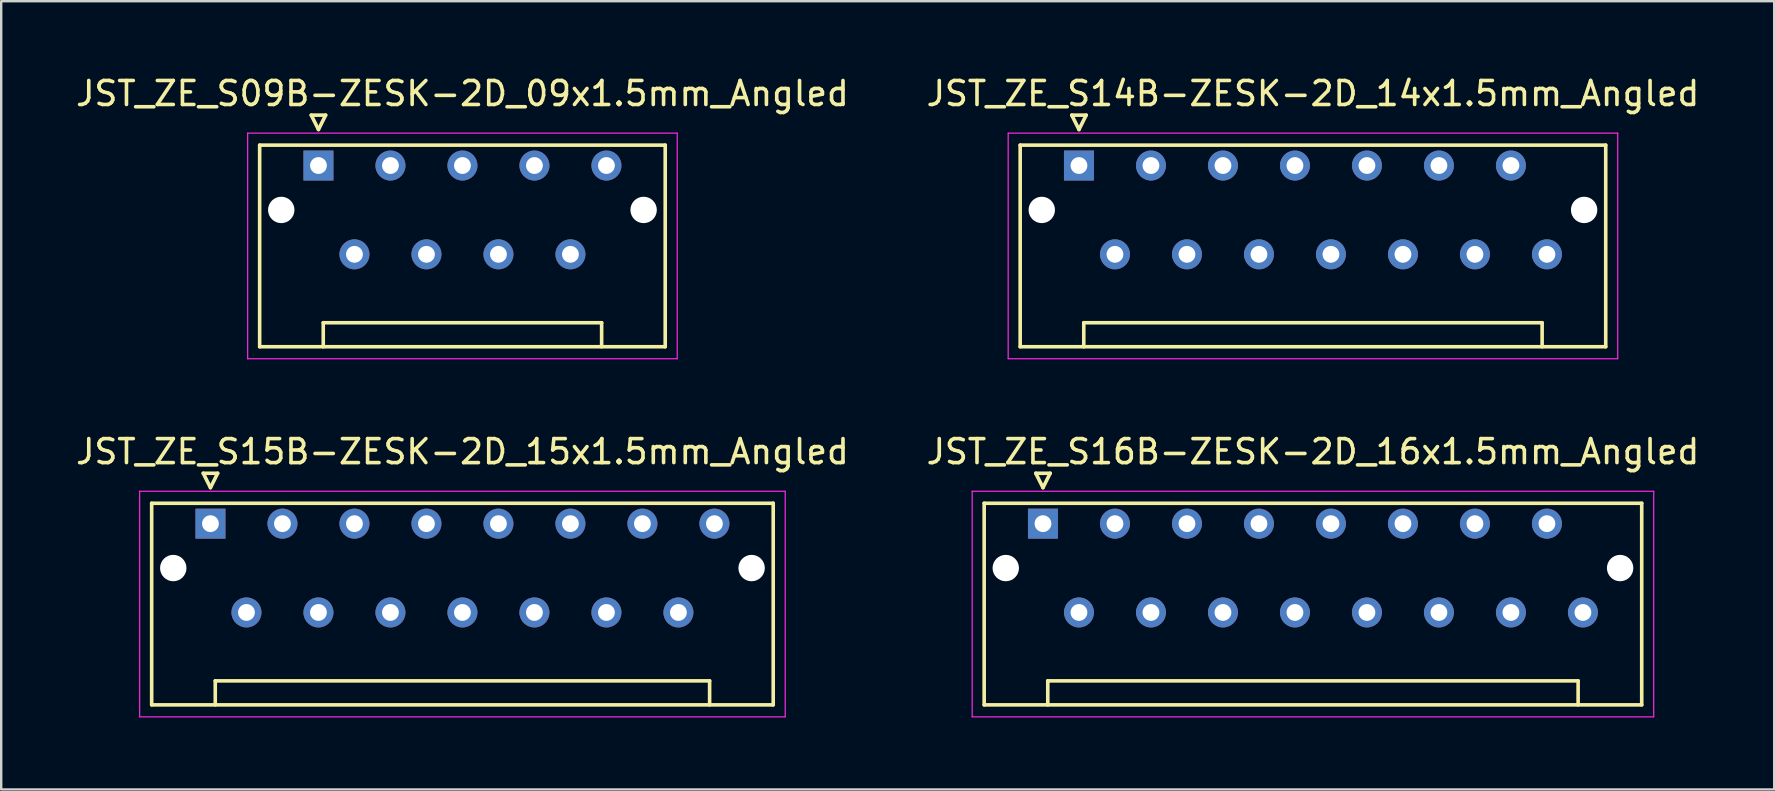
<source format=kicad_pcb>
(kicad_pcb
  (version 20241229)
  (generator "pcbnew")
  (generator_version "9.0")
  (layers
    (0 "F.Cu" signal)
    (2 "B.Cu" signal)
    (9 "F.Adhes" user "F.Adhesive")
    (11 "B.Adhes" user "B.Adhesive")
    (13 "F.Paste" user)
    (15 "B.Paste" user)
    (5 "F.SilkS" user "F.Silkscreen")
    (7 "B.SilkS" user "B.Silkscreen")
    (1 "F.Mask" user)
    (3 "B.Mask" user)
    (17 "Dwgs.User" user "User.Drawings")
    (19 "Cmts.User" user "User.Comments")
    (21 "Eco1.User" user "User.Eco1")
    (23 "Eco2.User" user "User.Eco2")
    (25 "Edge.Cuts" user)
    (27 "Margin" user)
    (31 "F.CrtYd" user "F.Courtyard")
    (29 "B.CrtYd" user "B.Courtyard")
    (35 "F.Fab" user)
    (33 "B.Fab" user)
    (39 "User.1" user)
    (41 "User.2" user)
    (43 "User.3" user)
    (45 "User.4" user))
  (footprint "JST_ZE_S09B-ZESK-2D_09x1.5mm_Angled"
    (layer "F.Cu")
    (at 10.22 3.848)
    (property "Reference" "JST_ZE_S09B-ZESK-2D_09x1.5mm_Angled" (at 6 -3 0) (layer "F.SilkS") (effects (font (size 1 1) (thickness 0.15))))
    (attr through_hole)
    (fp_line (start -2.45 -0.85) (end -2.45 7.55) (stroke (width 0.15) (type solid)) (layer "F.SilkS"))
    (fp_line (start -2.45 7.55) (end 14.45 7.55) (stroke (width 0.15) (type solid)) (layer "F.SilkS"))
    (fp_line (start -0.3 -2.1) (end 0.3 -2.1) (stroke (width 0.15) (type solid)) (layer "F.SilkS"))
    (fp_line (start 0 -1.5) (end -0.3 -2.1) (stroke (width 0.15) (type solid)) (layer "F.SilkS"))
    (fp_line (start 0.2 6.55) (end 11.8 6.55) (stroke (width 0.15) (type solid)) (layer "F.SilkS"))
    (fp_line (start 0.2 7.55) (end 0.2 6.55) (stroke (width 0.15) (type solid)) (layer "F.SilkS"))
    (fp_line (start 0.3 -2.1) (end 0 -1.5) (stroke (width 0.15) (type solid)) (layer "F.SilkS"))
    (fp_line (start 11.8 6.55) (end 11.8 7.55) (stroke (width 0.15) (type solid)) (layer "F.SilkS"))
    (fp_line (start 14.45 -0.85) (end -2.45 -0.85) (stroke (width 0.15) (type solid)) (layer "F.SilkS"))
    (fp_line (start 14.45 7.55) (end 14.45 -0.85) (stroke (width 0.15) (type solid)) (layer "F.SilkS"))
    (fp_line (start -2.95 -1.35) (end -2.95 8.05) (stroke (width 0.05) (type solid)) (layer "F.CrtYd"))
    (fp_line (start -2.95 8.05) (end 14.95 8.05) (stroke (width 0.05) (type solid)) (layer "F.CrtYd"))
    (fp_line (start 14.95 -1.35) (end -2.95 -1.35) (stroke (width 0.05) (type solid)) (layer "F.CrtYd"))
    (fp_line (start 14.95 8.05) (end 14.95 -1.35) (stroke (width 0.05) (type solid)) (layer "F.CrtYd"))
    (pad "" np_thru_hole circle (at -1.55 1.85) (size 1.1 1.1) (drill 1.1) (layers "*.Cu"))
    (pad "" np_thru_hole circle (at 13.55 1.85) (size 1.1 1.1) (drill 1.1) (layers "*.Cu"))
    (pad "1" thru_hole rect (at 0 0) (size 1.25 1.25) (drill 0.7) (layers "*.Cu" "*.Mask"))
    (pad "2" thru_hole circle (at 1.5 3.7) (size 1.25 1.25) (drill 0.7) (layers "*.Cu" "*.Mask"))
    (pad "3" thru_hole circle (at 3 0) (size 1.25 1.25) (drill 0.7) (layers "*.Cu" "*.Mask"))
    (pad "4" thru_hole circle (at 4.5 3.7) (size 1.25 1.25) (drill 0.7) (layers "*.Cu" "*.Mask"))
    (pad "5" thru_hole circle (at 6 0) (size 1.25 1.25) (drill 0.7) (layers "*.Cu" "*.Mask"))
    (pad "6" thru_hole circle (at 7.5 3.7) (size 1.25 1.25) (drill 0.7) (layers "*.Cu" "*.Mask"))
    (pad "7" thru_hole circle (at 9 0) (size 1.25 1.25) (drill 0.7) (layers "*.Cu" "*.Mask"))
    (pad "8" thru_hole circle (at 10.5 3.7) (size 1.25 1.25) (drill 0.7) (layers "*.Cu" "*.Mask"))
    (pad "9" thru_hole circle (at 12 0) (size 1.25 1.25) (drill 0.7) (layers "*.Cu" "*.Mask")))
  (footprint "JST_ZE_S14B-ZESK-2D_14x1.5mm_Angled"
    (layer "F.Cu")
    (at 41.911 3.848)
    (property "Reference" "JST_ZE_S14B-ZESK-2D_14x1.5mm_Angled" (at 9.75 -3 0) (layer "F.SilkS") (effects (font (size 1 1) (thickness 0.15))))
    (attr through_hole)
    (fp_line (start -2.45 -0.85) (end -2.45 7.55) (stroke (width 0.15) (type solid)) (layer "F.SilkS"))
    (fp_line (start -2.45 7.55) (end 21.95 7.55) (stroke (width 0.15) (type solid)) (layer "F.SilkS"))
    (fp_line (start -0.3 -2.1) (end 0.3 -2.1) (stroke (width 0.15) (type solid)) (layer "F.SilkS"))
    (fp_line (start 0 -1.5) (end -0.3 -2.1) (stroke (width 0.15) (type solid)) (layer "F.SilkS"))
    (fp_line (start 0.2 6.55) (end 19.3 6.55) (stroke (width 0.15) (type solid)) (layer "F.SilkS"))
    (fp_line (start 0.2 7.55) (end 0.2 6.55) (stroke (width 0.15) (type solid)) (layer "F.SilkS"))
    (fp_line (start 0.3 -2.1) (end 0 -1.5) (stroke (width 0.15) (type solid)) (layer "F.SilkS"))
    (fp_line (start 19.3 6.55) (end 19.3 7.55) (stroke (width 0.15) (type solid)) (layer "F.SilkS"))
    (fp_line (start 21.95 -0.85) (end -2.45 -0.85) (stroke (width 0.15) (type solid)) (layer "F.SilkS"))
    (fp_line (start 21.95 7.55) (end 21.95 -0.85) (stroke (width 0.15) (type solid)) (layer "F.SilkS"))
    (fp_line (start -2.95 -1.35) (end -2.95 8.05) (stroke (width 0.05) (type solid)) (layer "F.CrtYd"))
    (fp_line (start -2.95 8.05) (end 22.45 8.05) (stroke (width 0.05) (type solid)) (layer "F.CrtYd"))
    (fp_line (start 22.45 -1.35) (end -2.95 -1.35) (stroke (width 0.05) (type solid)) (layer "F.CrtYd"))
    (fp_line (start 22.45 8.05) (end 22.45 -1.35) (stroke (width 0.05) (type solid)) (layer "F.CrtYd"))
    (pad "" np_thru_hole circle (at -1.55 1.85) (size 1.1 1.1) (drill 1.1) (layers "*.Cu"))
    (pad "" np_thru_hole circle (at 21.05 1.85) (size 1.1 1.1) (drill 1.1) (layers "*.Cu"))
    (pad "1" thru_hole rect (at 0 0) (size 1.25 1.25) (drill 0.7) (layers "*.Cu" "*.Mask"))
    (pad "2" thru_hole circle (at 1.5 3.7) (size 1.25 1.25) (drill 0.7) (layers "*.Cu" "*.Mask"))
    (pad "3" thru_hole circle (at 3 0) (size 1.25 1.25) (drill 0.7) (layers "*.Cu" "*.Mask"))
    (pad "4" thru_hole circle (at 4.5 3.7) (size 1.25 1.25) (drill 0.7) (layers "*.Cu" "*.Mask"))
    (pad "5" thru_hole circle (at 6 0) (size 1.25 1.25) (drill 0.7) (layers "*.Cu" "*.Mask"))
    (pad "6" thru_hole circle (at 7.5 3.7) (size 1.25 1.25) (drill 0.7) (layers "*.Cu" "*.Mask"))
    (pad "7" thru_hole circle (at 9 0) (size 1.25 1.25) (drill 0.7) (layers "*.Cu" "*.Mask"))
    (pad "8" thru_hole circle (at 10.5 3.7) (size 1.25 1.25) (drill 0.7) (layers "*.Cu" "*.Mask"))
    (pad "9" thru_hole circle (at 12 0) (size 1.25 1.25) (drill 0.7) (layers "*.Cu" "*.Mask"))
    (pad "10" thru_hole circle (at 13.5 3.7) (size 1.25 1.25) (drill 0.7) (layers "*.Cu" "*.Mask"))
    (pad "11" thru_hole circle (at 15 0) (size 1.25 1.25) (drill 0.7) (layers "*.Cu" "*.Mask"))
    (pad "12" thru_hole circle (at 16.5 3.7) (size 1.25 1.25) (drill 0.7) (layers "*.Cu" "*.Mask"))
    (pad "13" thru_hole circle (at 18 0) (size 1.25 1.25) (drill 0.7) (layers "*.Cu" "*.Mask"))
    (pad "14" thru_hole circle (at 19.5 3.7) (size 1.25 1.25) (drill 0.7) (layers "*.Cu" "*.Mask")))
  (footprint "JST_ZE_S15B-ZESK-2D_15x1.5mm_Angled"
    (layer "F.Cu")
    (at 5.72 18.771)
    (property "Reference" "JST_ZE_S15B-ZESK-2D_15x1.5mm_Angled" (at 10.5 -3 0) (layer "F.SilkS") (effects (font (size 1 1) (thickness 0.15))))
    (attr through_hole)
    (fp_line (start -2.45 -0.85) (end -2.45 7.55) (stroke (width 0.15) (type solid)) (layer "F.SilkS"))
    (fp_line (start -2.45 7.55) (end 23.45 7.55) (stroke (width 0.15) (type solid)) (layer "F.SilkS"))
    (fp_line (start -0.3 -2.1) (end 0.3 -2.1) (stroke (width 0.15) (type solid)) (layer "F.SilkS"))
    (fp_line (start 0 -1.5) (end -0.3 -2.1) (stroke (width 0.15) (type solid)) (layer "F.SilkS"))
    (fp_line (start 0.2 6.55) (end 20.8 6.55) (stroke (width 0.15) (type solid)) (layer "F.SilkS"))
    (fp_line (start 0.2 7.55) (end 0.2 6.55) (stroke (width 0.15) (type solid)) (layer "F.SilkS"))
    (fp_line (start 0.3 -2.1) (end 0 -1.5) (stroke (width 0.15) (type solid)) (layer "F.SilkS"))
    (fp_line (start 20.8 6.55) (end 20.8 7.55) (stroke (width 0.15) (type solid)) (layer "F.SilkS"))
    (fp_line (start 23.45 -0.85) (end -2.45 -0.85) (stroke (width 0.15) (type solid)) (layer "F.SilkS"))
    (fp_line (start 23.45 7.55) (end 23.45 -0.85) (stroke (width 0.15) (type solid)) (layer "F.SilkS"))
    (fp_line (start -2.95 -1.35) (end -2.95 8.05) (stroke (width 0.05) (type solid)) (layer "F.CrtYd"))
    (fp_line (start -2.95 8.05) (end 23.95 8.05) (stroke (width 0.05) (type solid)) (layer "F.CrtYd"))
    (fp_line (start 23.95 -1.35) (end -2.95 -1.35) (stroke (width 0.05) (type solid)) (layer "F.CrtYd"))
    (fp_line (start 23.95 8.05) (end 23.95 -1.35) (stroke (width 0.05) (type solid)) (layer "F.CrtYd"))
    (pad "" np_thru_hole circle (at -1.55 1.85) (size 1.1 1.1) (drill 1.1) (layers "*.Cu"))
    (pad "" np_thru_hole circle (at 22.55 1.85) (size 1.1 1.1) (drill 1.1) (layers "*.Cu"))
    (pad "1" thru_hole rect (at 0 0) (size 1.25 1.25) (drill 0.7) (layers "*.Cu" "*.Mask"))
    (pad "2" thru_hole circle (at 1.5 3.7) (size 1.25 1.25) (drill 0.7) (layers "*.Cu" "*.Mask"))
    (pad "3" thru_hole circle (at 3 0) (size 1.25 1.25) (drill 0.7) (layers "*.Cu" "*.Mask"))
    (pad "4" thru_hole circle (at 4.5 3.7) (size 1.25 1.25) (drill 0.7) (layers "*.Cu" "*.Mask"))
    (pad "5" thru_hole circle (at 6 0) (size 1.25 1.25) (drill 0.7) (layers "*.Cu" "*.Mask"))
    (pad "6" thru_hole circle (at 7.5 3.7) (size 1.25 1.25) (drill 0.7) (layers "*.Cu" "*.Mask"))
    (pad "7" thru_hole circle (at 9 0) (size 1.25 1.25) (drill 0.7) (layers "*.Cu" "*.Mask"))
    (pad "8" thru_hole circle (at 10.5 3.7) (size 1.25 1.25) (drill 0.7) (layers "*.Cu" "*.Mask"))
    (pad "9" thru_hole circle (at 12 0) (size 1.25 1.25) (drill 0.7) (layers "*.Cu" "*.Mask"))
    (pad "10" thru_hole circle (at 13.5 3.7) (size 1.25 1.25) (drill 0.7) (layers "*.Cu" "*.Mask"))
    (pad "11" thru_hole circle (at 15 0) (size 1.25 1.25) (drill 0.7) (layers "*.Cu" "*.Mask"))
    (pad "12" thru_hole circle (at 16.5 3.7) (size 1.25 1.25) (drill 0.7) (layers "*.Cu" "*.Mask"))
    (pad "13" thru_hole circle (at 18 0) (size 1.25 1.25) (drill 0.7) (layers "*.Cu" "*.Mask"))
    (pad "14" thru_hole circle (at 19.5 3.7) (size 1.25 1.25) (drill 0.7) (layers "*.Cu" "*.Mask"))
    (pad "15" thru_hole circle (at 21 0) (size 1.25 1.25) (drill 0.7) (layers "*.Cu" "*.Mask")))
  (footprint "JST_ZE_S16B-ZESK-2D_16x1.5mm_Angled"
    (layer "F.Cu")
    (at 40.411 18.771)
    (property "Reference" "JST_ZE_S16B-ZESK-2D_16x1.5mm_Angled" (at 11.25 -3 0) (layer "F.SilkS") (effects (font (size 1 1) (thickness 0.15))))
    (attr through_hole)
    (fp_line (start -2.45 -0.85) (end -2.45 7.55) (stroke (width 0.15) (type solid)) (layer "F.SilkS"))
    (fp_line (start -2.45 7.55) (end 24.95 7.55) (stroke (width 0.15) (type solid)) (layer "F.SilkS"))
    (fp_line (start -0.3 -2.1) (end 0.3 -2.1) (stroke (width 0.15) (type solid)) (layer "F.SilkS"))
    (fp_line (start 0 -1.5) (end -0.3 -2.1) (stroke (width 0.15) (type solid)) (layer "F.SilkS"))
    (fp_line (start 0.2 6.55) (end 22.3 6.55) (stroke (width 0.15) (type solid)) (layer "F.SilkS"))
    (fp_line (start 0.2 7.55) (end 0.2 6.55) (stroke (width 0.15) (type solid)) (layer "F.SilkS"))
    (fp_line (start 0.3 -2.1) (end 0 -1.5) (stroke (width 0.15) (type solid)) (layer "F.SilkS"))
    (fp_line (start 22.3 6.55) (end 22.3 7.55) (stroke (width 0.15) (type solid)) (layer "F.SilkS"))
    (fp_line (start 24.95 -0.85) (end -2.45 -0.85) (stroke (width 0.15) (type solid)) (layer "F.SilkS"))
    (fp_line (start 24.95 7.55) (end 24.95 -0.85) (stroke (width 0.15) (type solid)) (layer "F.SilkS"))
    (fp_line (start -2.95 -1.35) (end -2.95 8.05) (stroke (width 0.05) (type solid)) (layer "F.CrtYd"))
    (fp_line (start -2.95 8.05) (end 25.45 8.05) (stroke (width 0.05) (type solid)) (layer "F.CrtYd"))
    (fp_line (start 25.45 -1.35) (end -2.95 -1.35) (stroke (width 0.05) (type solid)) (layer "F.CrtYd"))
    (fp_line (start 25.45 8.05) (end 25.45 -1.35) (stroke (width 0.05) (type solid)) (layer "F.CrtYd"))
    (pad "" np_thru_hole circle (at -1.55 1.85) (size 1.1 1.1) (drill 1.1) (layers "*.Cu"))
    (pad "" np_thru_hole circle (at 24.05 1.85) (size 1.1 1.1) (drill 1.1) (layers "*.Cu"))
    (pad "1" thru_hole rect (at 0 0) (size 1.25 1.25) (drill 0.7) (layers "*.Cu" "*.Mask"))
    (pad "2" thru_hole circle (at 1.5 3.7) (size 1.25 1.25) (drill 0.7) (layers "*.Cu" "*.Mask"))
    (pad "3" thru_hole circle (at 3 0) (size 1.25 1.25) (drill 0.7) (layers "*.Cu" "*.Mask"))
    (pad "4" thru_hole circle (at 4.5 3.7) (size 1.25 1.25) (drill 0.7) (layers "*.Cu" "*.Mask"))
    (pad "5" thru_hole circle (at 6 0) (size 1.25 1.25) (drill 0.7) (layers "*.Cu" "*.Mask"))
    (pad "6" thru_hole circle (at 7.5 3.7) (size 1.25 1.25) (drill 0.7) (layers "*.Cu" "*.Mask"))
    (pad "7" thru_hole circle (at 9 0) (size 1.25 1.25) (drill 0.7) (layers "*.Cu" "*.Mask"))
    (pad "8" thru_hole circle (at 10.5 3.7) (size 1.25 1.25) (drill 0.7) (layers "*.Cu" "*.Mask"))
    (pad "9" thru_hole circle (at 12 0) (size 1.25 1.25) (drill 0.7) (layers "*.Cu" "*.Mask"))
    (pad "10" thru_hole circle (at 13.5 3.7) (size 1.25 1.25) (drill 0.7) (layers "*.Cu" "*.Mask"))
    (pad "11" thru_hole circle (at 15 0) (size 1.25 1.25) (drill 0.7) (layers "*.Cu" "*.Mask"))
    (pad "12" thru_hole circle (at 16.5 3.7) (size 1.25 1.25) (drill 0.7) (layers "*.Cu" "*.Mask"))
    (pad "13" thru_hole circle (at 18 0) (size 1.25 1.25) (drill 0.7) (layers "*.Cu" "*.Mask"))
    (pad "14" thru_hole circle (at 19.5 3.7) (size 1.25 1.25) (drill 0.7) (layers "*.Cu" "*.Mask"))
    (pad "15" thru_hole circle (at 21 0) (size 1.25 1.25) (drill 0.7) (layers "*.Cu" "*.Mask"))
    (pad "16" thru_hole circle (at 22.5 3.7) (size 1.25 1.25) (drill 0.7) (layers "*.Cu" "*.Mask")))
  (gr_rect
    (start -3 -3)
    (end 70.881 29.846)
    (stroke (width 0.1) (type default))
    (fill no)
    (layer "Edge.Cuts")))
</source>
